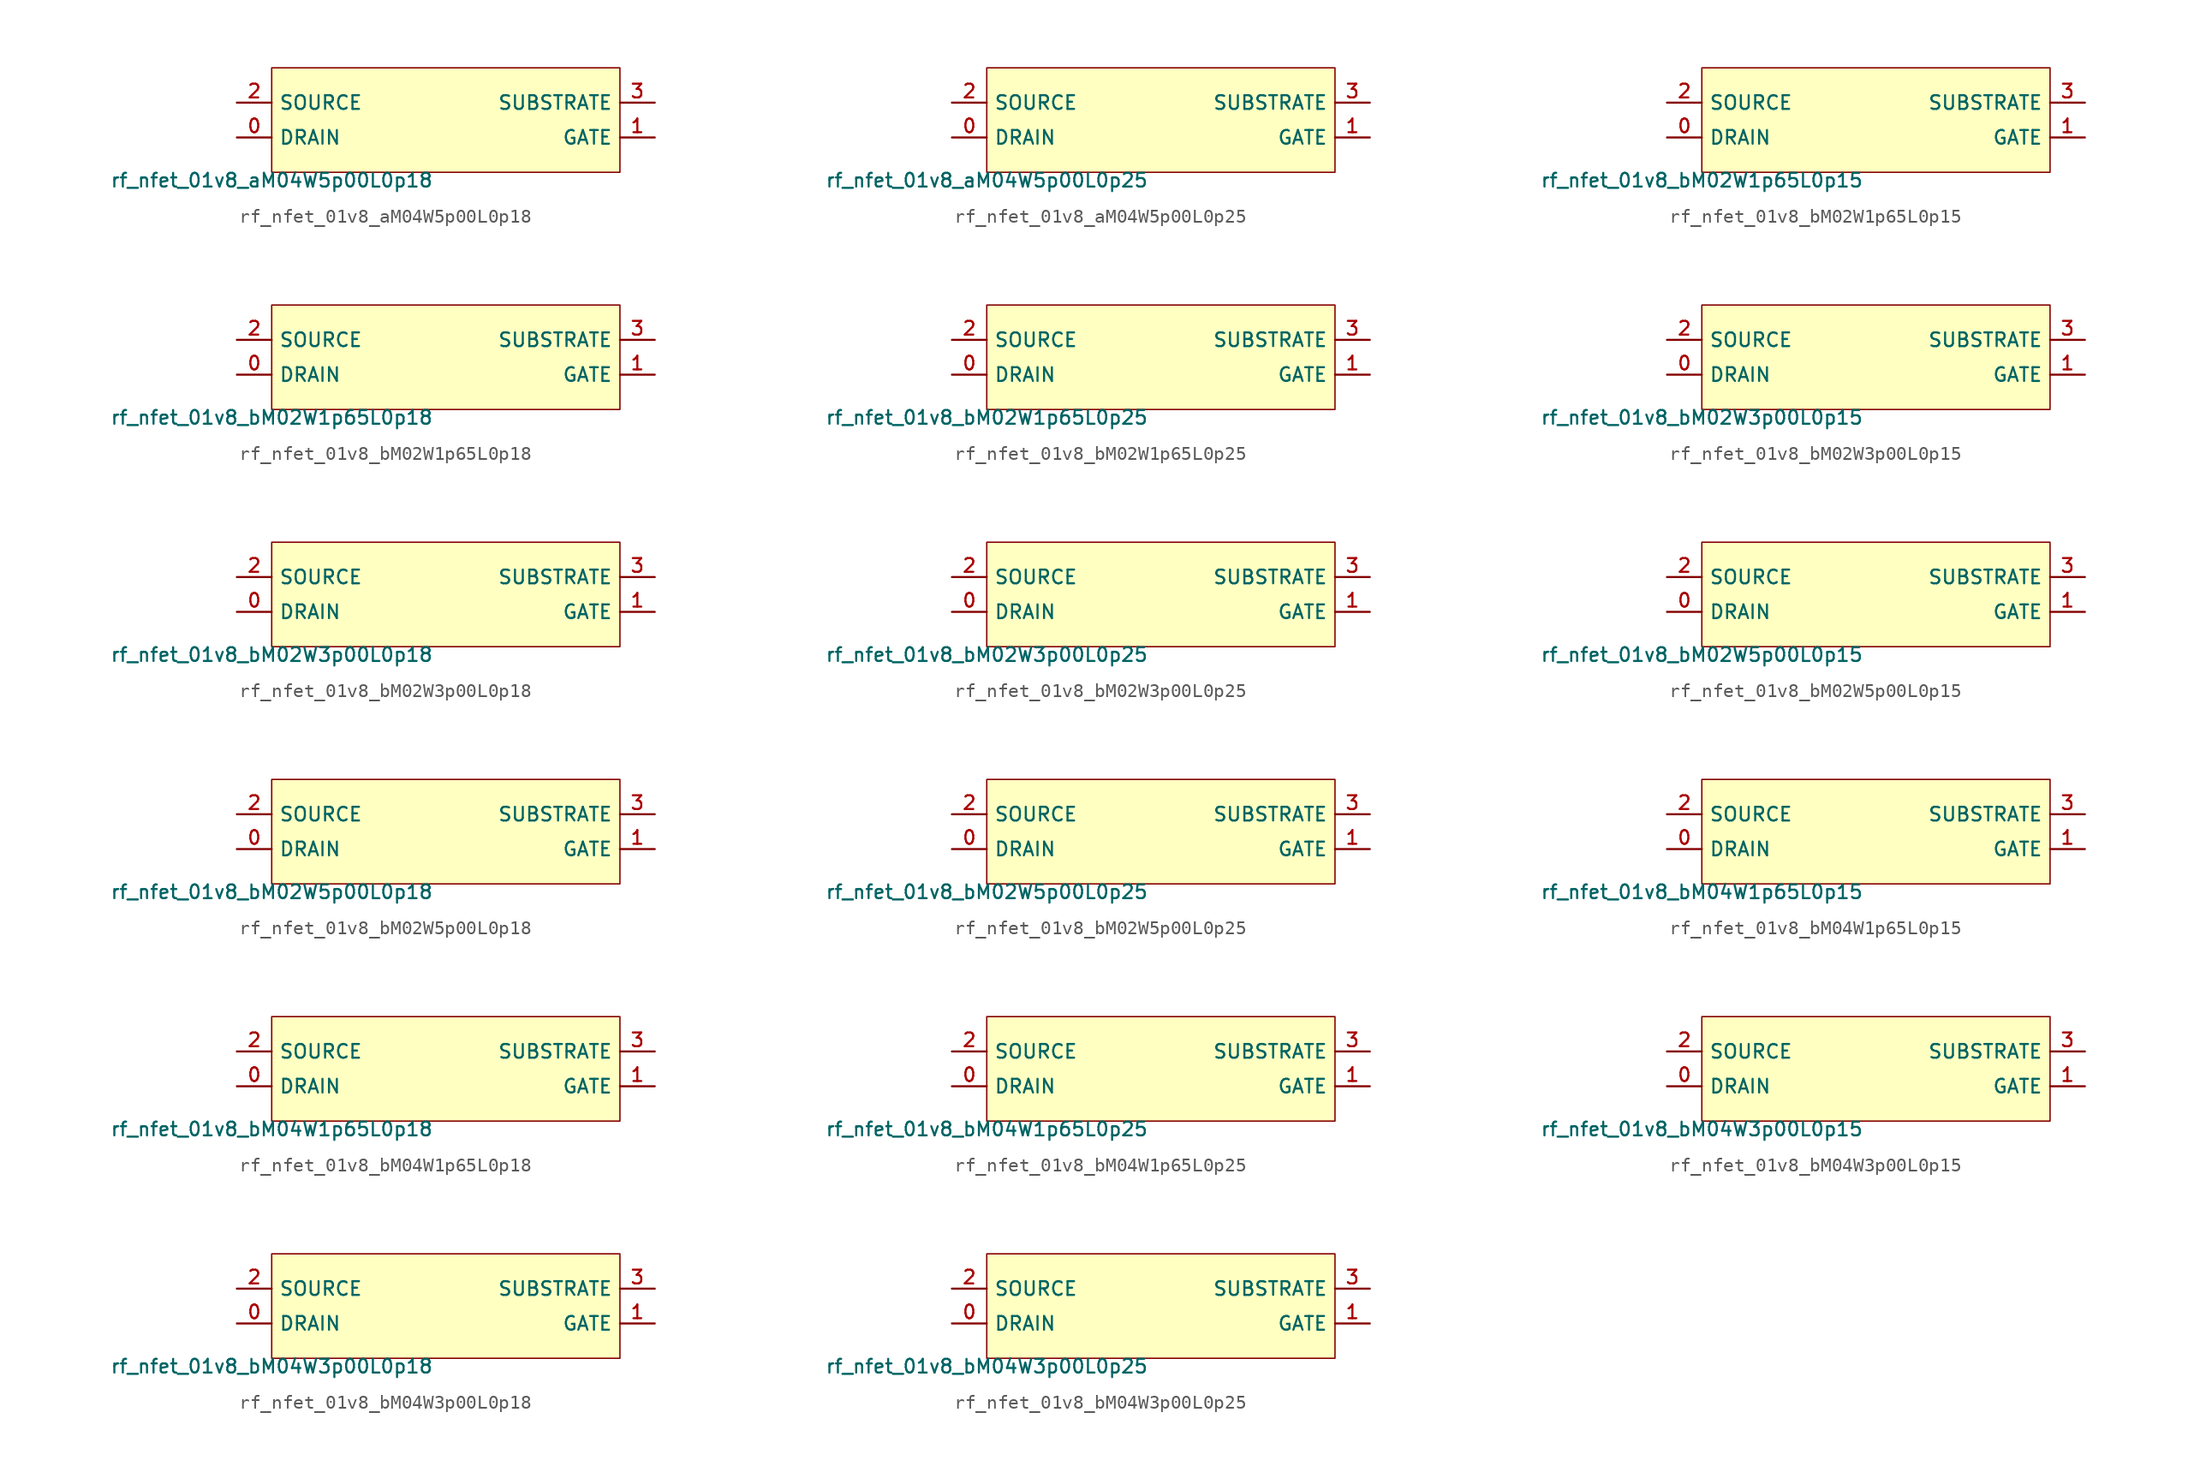
<source format=kicad_sym>
(kicad_symbol_lib
  (version 20211014)
  (generator pdk2kicad)
  (symbol "rf_nfet_01v8_aM04W5p00L0p18"
    (property "Reference" "X"
      (at 0 0 0)
      (effects (font (size 1 1)) hide))
    (property "Value" "rf_nfet_01v8_aM04W5p00L0p18"
      (at -12.7 -3.81 0)
      (effects (font (size 1 1)) (justify top)))
    (rectangle
      (start -12.7 -3.81)
      (end 12.7 3.81)
      (stroke (width 0.1) (type solid) (color 0 0 0 0))
      (fill (type background)))
    (pin bidirectional line
      (at -15.24 -1.27 0)
      (length 2.54)
      (name "DRAIN" (effects (font (size 1 1)) hide))
      (number "0" (effects (font (size 1 1)) hide)))
    (pin bidirectional line
      (at 15.24 -1.27 180)
      (length 2.54)
      (name "GATE" (effects (font (size 1 1)) hide))
      (number "1" (effects (font (size 1 1)) hide)))
    (pin bidirectional line
      (at -15.24 1.27 0)
      (length 2.54)
      (name "SOURCE" (effects (font (size 1 1)) hide))
      (number "2" (effects (font (size 1 1)) hide)))
    (pin bidirectional line
      (at 15.24 1.27 180)
      (length 2.54)
      (name "SUBSTRATE" (effects (font (size 1 1)) hide))
      (number "3" (effects (font (size 1 1)) hide))))
  (symbol "rf_nfet_01v8_aM04W5p00L0p25"
    (property "Reference" "X"
      (at 0 0 0)
      (effects (font (size 1 1)) hide))
    (property "Value" "rf_nfet_01v8_aM04W5p00L0p25"
      (at -12.7 -3.81 0)
      (effects (font (size 1 1)) (justify top)))
    (rectangle
      (start -12.7 -3.81)
      (end 12.7 3.81)
      (stroke (width 0.1) (type solid) (color 0 0 0 0))
      (fill (type background)))
    (pin bidirectional line
      (at -15.24 -1.27 0)
      (length 2.54)
      (name "DRAIN" (effects (font (size 1 1)) hide))
      (number "0" (effects (font (size 1 1)) hide)))
    (pin bidirectional line
      (at 15.24 -1.27 180)
      (length 2.54)
      (name "GATE" (effects (font (size 1 1)) hide))
      (number "1" (effects (font (size 1 1)) hide)))
    (pin bidirectional line
      (at -15.24 1.27 0)
      (length 2.54)
      (name "SOURCE" (effects (font (size 1 1)) hide))
      (number "2" (effects (font (size 1 1)) hide)))
    (pin bidirectional line
      (at 15.24 1.27 180)
      (length 2.54)
      (name "SUBSTRATE" (effects (font (size 1 1)) hide))
      (number "3" (effects (font (size 1 1)) hide))))
  (symbol "rf_nfet_01v8_bM02W1p65L0p15"
    (property "Reference" "X"
      (at 0 0 0)
      (effects (font (size 1 1)) hide))
    (property "Value" "rf_nfet_01v8_bM02W1p65L0p15"
      (at -12.7 -3.81 0)
      (effects (font (size 1 1)) (justify top)))
    (rectangle
      (start -12.7 -3.81)
      (end 12.7 3.81)
      (stroke (width 0.1) (type solid) (color 0 0 0 0))
      (fill (type background)))
    (pin bidirectional line
      (at -15.24 -1.27 0)
      (length 2.54)
      (name "DRAIN" (effects (font (size 1 1)) hide))
      (number "0" (effects (font (size 1 1)) hide)))
    (pin bidirectional line
      (at 15.24 -1.27 180)
      (length 2.54)
      (name "GATE" (effects (font (size 1 1)) hide))
      (number "1" (effects (font (size 1 1)) hide)))
    (pin bidirectional line
      (at -15.24 1.27 0)
      (length 2.54)
      (name "SOURCE" (effects (font (size 1 1)) hide))
      (number "2" (effects (font (size 1 1)) hide)))
    (pin bidirectional line
      (at 15.24 1.27 180)
      (length 2.54)
      (name "SUBSTRATE" (effects (font (size 1 1)) hide))
      (number "3" (effects (font (size 1 1)) hide))))
  (symbol "rf_nfet_01v8_bM02W1p65L0p18"
    (property "Reference" "X"
      (at 0 0 0)
      (effects (font (size 1 1)) hide))
    (property "Value" "rf_nfet_01v8_bM02W1p65L0p18"
      (at -12.7 -3.81 0)
      (effects (font (size 1 1)) (justify top)))
    (rectangle
      (start -12.7 -3.81)
      (end 12.7 3.81)
      (stroke (width 0.1) (type solid) (color 0 0 0 0))
      (fill (type background)))
    (pin bidirectional line
      (at -15.24 -1.27 0)
      (length 2.54)
      (name "DRAIN" (effects (font (size 1 1)) hide))
      (number "0" (effects (font (size 1 1)) hide)))
    (pin bidirectional line
      (at 15.24 -1.27 180)
      (length 2.54)
      (name "GATE" (effects (font (size 1 1)) hide))
      (number "1" (effects (font (size 1 1)) hide)))
    (pin bidirectional line
      (at -15.24 1.27 0)
      (length 2.54)
      (name "SOURCE" (effects (font (size 1 1)) hide))
      (number "2" (effects (font (size 1 1)) hide)))
    (pin bidirectional line
      (at 15.24 1.27 180)
      (length 2.54)
      (name "SUBSTRATE" (effects (font (size 1 1)) hide))
      (number "3" (effects (font (size 1 1)) hide))))
  (symbol "rf_nfet_01v8_bM02W1p65L0p25"
    (property "Reference" "X"
      (at 0 0 0)
      (effects (font (size 1 1)) hide))
    (property "Value" "rf_nfet_01v8_bM02W1p65L0p25"
      (at -12.7 -3.81 0)
      (effects (font (size 1 1)) (justify top)))
    (rectangle
      (start -12.7 -3.81)
      (end 12.7 3.81)
      (stroke (width 0.1) (type solid) (color 0 0 0 0))
      (fill (type background)))
    (pin bidirectional line
      (at -15.24 -1.27 0)
      (length 2.54)
      (name "DRAIN" (effects (font (size 1 1)) hide))
      (number "0" (effects (font (size 1 1)) hide)))
    (pin bidirectional line
      (at 15.24 -1.27 180)
      (length 2.54)
      (name "GATE" (effects (font (size 1 1)) hide))
      (number "1" (effects (font (size 1 1)) hide)))
    (pin bidirectional line
      (at -15.24 1.27 0)
      (length 2.54)
      (name "SOURCE" (effects (font (size 1 1)) hide))
      (number "2" (effects (font (size 1 1)) hide)))
    (pin bidirectional line
      (at 15.24 1.27 180)
      (length 2.54)
      (name "SUBSTRATE" (effects (font (size 1 1)) hide))
      (number "3" (effects (font (size 1 1)) hide))))
  (symbol "rf_nfet_01v8_bM02W3p00L0p15"
    (property "Reference" "X"
      (at 0 0 0)
      (effects (font (size 1 1)) hide))
    (property "Value" "rf_nfet_01v8_bM02W3p00L0p15"
      (at -12.7 -3.81 0)
      (effects (font (size 1 1)) (justify top)))
    (rectangle
      (start -12.7 -3.81)
      (end 12.7 3.81)
      (stroke (width 0.1) (type solid) (color 0 0 0 0))
      (fill (type background)))
    (pin bidirectional line
      (at -15.24 -1.27 0)
      (length 2.54)
      (name "DRAIN" (effects (font (size 1 1)) hide))
      (number "0" (effects (font (size 1 1)) hide)))
    (pin bidirectional line
      (at 15.24 -1.27 180)
      (length 2.54)
      (name "GATE" (effects (font (size 1 1)) hide))
      (number "1" (effects (font (size 1 1)) hide)))
    (pin bidirectional line
      (at -15.24 1.27 0)
      (length 2.54)
      (name "SOURCE" (effects (font (size 1 1)) hide))
      (number "2" (effects (font (size 1 1)) hide)))
    (pin bidirectional line
      (at 15.24 1.27 180)
      (length 2.54)
      (name "SUBSTRATE" (effects (font (size 1 1)) hide))
      (number "3" (effects (font (size 1 1)) hide))))
  (symbol "rf_nfet_01v8_bM02W3p00L0p18"
    (property "Reference" "X"
      (at 0 0 0)
      (effects (font (size 1 1)) hide))
    (property "Value" "rf_nfet_01v8_bM02W3p00L0p18"
      (at -12.7 -3.81 0)
      (effects (font (size 1 1)) (justify top)))
    (rectangle
      (start -12.7 -3.81)
      (end 12.7 3.81)
      (stroke (width 0.1) (type solid) (color 0 0 0 0))
      (fill (type background)))
    (pin bidirectional line
      (at -15.24 -1.27 0)
      (length 2.54)
      (name "DRAIN" (effects (font (size 1 1)) hide))
      (number "0" (effects (font (size 1 1)) hide)))
    (pin bidirectional line
      (at 15.24 -1.27 180)
      (length 2.54)
      (name "GATE" (effects (font (size 1 1)) hide))
      (number "1" (effects (font (size 1 1)) hide)))
    (pin bidirectional line
      (at -15.24 1.27 0)
      (length 2.54)
      (name "SOURCE" (effects (font (size 1 1)) hide))
      (number "2" (effects (font (size 1 1)) hide)))
    (pin bidirectional line
      (at 15.24 1.27 180)
      (length 2.54)
      (name "SUBSTRATE" (effects (font (size 1 1)) hide))
      (number "3" (effects (font (size 1 1)) hide))))
  (symbol "rf_nfet_01v8_bM02W3p00L0p25"
    (property "Reference" "X"
      (at 0 0 0)
      (effects (font (size 1 1)) hide))
    (property "Value" "rf_nfet_01v8_bM02W3p00L0p25"
      (at -12.7 -3.81 0)
      (effects (font (size 1 1)) (justify top)))
    (rectangle
      (start -12.7 -3.81)
      (end 12.7 3.81)
      (stroke (width 0.1) (type solid) (color 0 0 0 0))
      (fill (type background)))
    (pin bidirectional line
      (at -15.24 -1.27 0)
      (length 2.54)
      (name "DRAIN" (effects (font (size 1 1)) hide))
      (number "0" (effects (font (size 1 1)) hide)))
    (pin bidirectional line
      (at 15.24 -1.27 180)
      (length 2.54)
      (name "GATE" (effects (font (size 1 1)) hide))
      (number "1" (effects (font (size 1 1)) hide)))
    (pin bidirectional line
      (at -15.24 1.27 0)
      (length 2.54)
      (name "SOURCE" (effects (font (size 1 1)) hide))
      (number "2" (effects (font (size 1 1)) hide)))
    (pin bidirectional line
      (at 15.24 1.27 180)
      (length 2.54)
      (name "SUBSTRATE" (effects (font (size 1 1)) hide))
      (number "3" (effects (font (size 1 1)) hide))))
  (symbol "rf_nfet_01v8_bM02W5p00L0p15"
    (property "Reference" "X"
      (at 0 0 0)
      (effects (font (size 1 1)) hide))
    (property "Value" "rf_nfet_01v8_bM02W5p00L0p15"
      (at -12.7 -3.81 0)
      (effects (font (size 1 1)) (justify top)))
    (rectangle
      (start -12.7 -3.81)
      (end 12.7 3.81)
      (stroke (width 0.1) (type solid) (color 0 0 0 0))
      (fill (type background)))
    (pin bidirectional line
      (at -15.24 -1.27 0)
      (length 2.54)
      (name "DRAIN" (effects (font (size 1 1)) hide))
      (number "0" (effects (font (size 1 1)) hide)))
    (pin bidirectional line
      (at 15.24 -1.27 180)
      (length 2.54)
      (name "GATE" (effects (font (size 1 1)) hide))
      (number "1" (effects (font (size 1 1)) hide)))
    (pin bidirectional line
      (at -15.24 1.27 0)
      (length 2.54)
      (name "SOURCE" (effects (font (size 1 1)) hide))
      (number "2" (effects (font (size 1 1)) hide)))
    (pin bidirectional line
      (at 15.24 1.27 180)
      (length 2.54)
      (name "SUBSTRATE" (effects (font (size 1 1)) hide))
      (number "3" (effects (font (size 1 1)) hide))))
  (symbol "rf_nfet_01v8_bM02W5p00L0p18"
    (property "Reference" "X"
      (at 0 0 0)
      (effects (font (size 1 1)) hide))
    (property "Value" "rf_nfet_01v8_bM02W5p00L0p18"
      (at -12.7 -3.81 0)
      (effects (font (size 1 1)) (justify top)))
    (rectangle
      (start -12.7 -3.81)
      (end 12.7 3.81)
      (stroke (width 0.1) (type solid) (color 0 0 0 0))
      (fill (type background)))
    (pin bidirectional line
      (at -15.24 -1.27 0)
      (length 2.54)
      (name "DRAIN" (effects (font (size 1 1)) hide))
      (number "0" (effects (font (size 1 1)) hide)))
    (pin bidirectional line
      (at 15.24 -1.27 180)
      (length 2.54)
      (name "GATE" (effects (font (size 1 1)) hide))
      (number "1" (effects (font (size 1 1)) hide)))
    (pin bidirectional line
      (at -15.24 1.27 0)
      (length 2.54)
      (name "SOURCE" (effects (font (size 1 1)) hide))
      (number "2" (effects (font (size 1 1)) hide)))
    (pin bidirectional line
      (at 15.24 1.27 180)
      (length 2.54)
      (name "SUBSTRATE" (effects (font (size 1 1)) hide))
      (number "3" (effects (font (size 1 1)) hide))))
  (symbol "rf_nfet_01v8_bM02W5p00L0p25"
    (property "Reference" "X"
      (at 0 0 0)
      (effects (font (size 1 1)) hide))
    (property "Value" "rf_nfet_01v8_bM02W5p00L0p25"
      (at -12.7 -3.81 0)
      (effects (font (size 1 1)) (justify top)))
    (rectangle
      (start -12.7 -3.81)
      (end 12.7 3.81)
      (stroke (width 0.1) (type solid) (color 0 0 0 0))
      (fill (type background)))
    (pin bidirectional line
      (at -15.24 -1.27 0)
      (length 2.54)
      (name "DRAIN" (effects (font (size 1 1)) hide))
      (number "0" (effects (font (size 1 1)) hide)))
    (pin bidirectional line
      (at 15.24 -1.27 180)
      (length 2.54)
      (name "GATE" (effects (font (size 1 1)) hide))
      (number "1" (effects (font (size 1 1)) hide)))
    (pin bidirectional line
      (at -15.24 1.27 0)
      (length 2.54)
      (name "SOURCE" (effects (font (size 1 1)) hide))
      (number "2" (effects (font (size 1 1)) hide)))
    (pin bidirectional line
      (at 15.24 1.27 180)
      (length 2.54)
      (name "SUBSTRATE" (effects (font (size 1 1)) hide))
      (number "3" (effects (font (size 1 1)) hide))))
  (symbol "rf_nfet_01v8_bM04W1p65L0p15"
    (property "Reference" "X"
      (at 0 0 0)
      (effects (font (size 1 1)) hide))
    (property "Value" "rf_nfet_01v8_bM04W1p65L0p15"
      (at -12.7 -3.81 0)
      (effects (font (size 1 1)) (justify top)))
    (rectangle
      (start -12.7 -3.81)
      (end 12.7 3.81)
      (stroke (width 0.1) (type solid) (color 0 0 0 0))
      (fill (type background)))
    (pin bidirectional line
      (at -15.24 -1.27 0)
      (length 2.54)
      (name "DRAIN" (effects (font (size 1 1)) hide))
      (number "0" (effects (font (size 1 1)) hide)))
    (pin bidirectional line
      (at 15.24 -1.27 180)
      (length 2.54)
      (name "GATE" (effects (font (size 1 1)) hide))
      (number "1" (effects (font (size 1 1)) hide)))
    (pin bidirectional line
      (at -15.24 1.27 0)
      (length 2.54)
      (name "SOURCE" (effects (font (size 1 1)) hide))
      (number "2" (effects (font (size 1 1)) hide)))
    (pin bidirectional line
      (at 15.24 1.27 180)
      (length 2.54)
      (name "SUBSTRATE" (effects (font (size 1 1)) hide))
      (number "3" (effects (font (size 1 1)) hide))))
  (symbol "rf_nfet_01v8_bM04W1p65L0p18"
    (property "Reference" "X"
      (at 0 0 0)
      (effects (font (size 1 1)) hide))
    (property "Value" "rf_nfet_01v8_bM04W1p65L0p18"
      (at -12.7 -3.81 0)
      (effects (font (size 1 1)) (justify top)))
    (rectangle
      (start -12.7 -3.81)
      (end 12.7 3.81)
      (stroke (width 0.1) (type solid) (color 0 0 0 0))
      (fill (type background)))
    (pin bidirectional line
      (at -15.24 -1.27 0)
      (length 2.54)
      (name "DRAIN" (effects (font (size 1 1)) hide))
      (number "0" (effects (font (size 1 1)) hide)))
    (pin bidirectional line
      (at 15.24 -1.27 180)
      (length 2.54)
      (name "GATE" (effects (font (size 1 1)) hide))
      (number "1" (effects (font (size 1 1)) hide)))
    (pin bidirectional line
      (at -15.24 1.27 0)
      (length 2.54)
      (name "SOURCE" (effects (font (size 1 1)) hide))
      (number "2" (effects (font (size 1 1)) hide)))
    (pin bidirectional line
      (at 15.24 1.27 180)
      (length 2.54)
      (name "SUBSTRATE" (effects (font (size 1 1)) hide))
      (number "3" (effects (font (size 1 1)) hide))))
  (symbol "rf_nfet_01v8_bM04W1p65L0p25"
    (property "Reference" "X"
      (at 0 0 0)
      (effects (font (size 1 1)) hide))
    (property "Value" "rf_nfet_01v8_bM04W1p65L0p25"
      (at -12.7 -3.81 0)
      (effects (font (size 1 1)) (justify top)))
    (rectangle
      (start -12.7 -3.81)
      (end 12.7 3.81)
      (stroke (width 0.1) (type solid) (color 0 0 0 0))
      (fill (type background)))
    (pin bidirectional line
      (at -15.24 -1.27 0)
      (length 2.54)
      (name "DRAIN" (effects (font (size 1 1)) hide))
      (number "0" (effects (font (size 1 1)) hide)))
    (pin bidirectional line
      (at 15.24 -1.27 180)
      (length 2.54)
      (name "GATE" (effects (font (size 1 1)) hide))
      (number "1" (effects (font (size 1 1)) hide)))
    (pin bidirectional line
      (at -15.24 1.27 0)
      (length 2.54)
      (name "SOURCE" (effects (font (size 1 1)) hide))
      (number "2" (effects (font (size 1 1)) hide)))
    (pin bidirectional line
      (at 15.24 1.27 180)
      (length 2.54)
      (name "SUBSTRATE" (effects (font (size 1 1)) hide))
      (number "3" (effects (font (size 1 1)) hide))))
  (symbol "rf_nfet_01v8_bM04W3p00L0p15"
    (property "Reference" "X"
      (at 0 0 0)
      (effects (font (size 1 1)) hide))
    (property "Value" "rf_nfet_01v8_bM04W3p00L0p15"
      (at -12.7 -3.81 0)
      (effects (font (size 1 1)) (justify top)))
    (rectangle
      (start -12.7 -3.81)
      (end 12.7 3.81)
      (stroke (width 0.1) (type solid) (color 0 0 0 0))
      (fill (type background)))
    (pin bidirectional line
      (at -15.24 -1.27 0)
      (length 2.54)
      (name "DRAIN" (effects (font (size 1 1)) hide))
      (number "0" (effects (font (size 1 1)) hide)))
    (pin bidirectional line
      (at 15.24 -1.27 180)
      (length 2.54)
      (name "GATE" (effects (font (size 1 1)) hide))
      (number "1" (effects (font (size 1 1)) hide)))
    (pin bidirectional line
      (at -15.24 1.27 0)
      (length 2.54)
      (name "SOURCE" (effects (font (size 1 1)) hide))
      (number "2" (effects (font (size 1 1)) hide)))
    (pin bidirectional line
      (at 15.24 1.27 180)
      (length 2.54)
      (name "SUBSTRATE" (effects (font (size 1 1)) hide))
      (number "3" (effects (font (size 1 1)) hide))))
  (symbol "rf_nfet_01v8_bM04W3p00L0p18"
    (property "Reference" "X"
      (at 0 0 0)
      (effects (font (size 1 1)) hide))
    (property "Value" "rf_nfet_01v8_bM04W3p00L0p18"
      (at -12.7 -3.81 0)
      (effects (font (size 1 1)) (justify top)))
    (rectangle
      (start -12.7 -3.81)
      (end 12.7 3.81)
      (stroke (width 0.1) (type solid) (color 0 0 0 0))
      (fill (type background)))
    (pin bidirectional line
      (at -15.24 -1.27 0)
      (length 2.54)
      (name "DRAIN" (effects (font (size 1 1)) hide))
      (number "0" (effects (font (size 1 1)) hide)))
    (pin bidirectional line
      (at 15.24 -1.27 180)
      (length 2.54)
      (name "GATE" (effects (font (size 1 1)) hide))
      (number "1" (effects (font (size 1 1)) hide)))
    (pin bidirectional line
      (at -15.24 1.27 0)
      (length 2.54)
      (name "SOURCE" (effects (font (size 1 1)) hide))
      (number "2" (effects (font (size 1 1)) hide)))
    (pin bidirectional line
      (at 15.24 1.27 180)
      (length 2.54)
      (name "SUBSTRATE" (effects (font (size 1 1)) hide))
      (number "3" (effects (font (size 1 1)) hide))))
  (symbol "rf_nfet_01v8_bM04W3p00L0p25"
    (property "Reference" "X"
      (at 0 0 0)
      (effects (font (size 1 1)) hide))
    (property "Value" "rf_nfet_01v8_bM04W3p00L0p25"
      (at -12.7 -3.81 0)
      (effects (font (size 1 1)) (justify top)))
    (rectangle
      (start -12.7 -3.81)
      (end 12.7 3.81)
      (stroke (width 0.1) (type solid) (color 0 0 0 0))
      (fill (type background)))
    (pin bidirectional line
      (at -15.24 -1.27 0)
      (length 2.54)
      (name "DRAIN" (effects (font (size 1 1)) hide))
      (number "0" (effects (font (size 1 1)) hide)))
    (pin bidirectional line
      (at 15.24 -1.27 180)
      (length 2.54)
      (name "GATE" (effects (font (size 1 1)) hide))
      (number "1" (effects (font (size 1 1)) hide)))
    (pin bidirectional line
      (at -15.24 1.27 0)
      (length 2.54)
      (name "SOURCE" (effects (font (size 1 1)) hide))
      (number "2" (effects (font (size 1 1)) hide)))
    (pin bidirectional line
      (at 15.24 1.27 180)
      (length 2.54)
      (name "SUBSTRATE" (effects (font (size 1 1)) hide))
      (number "3" (effects (font (size 1 1)) hide)))))
</source>
